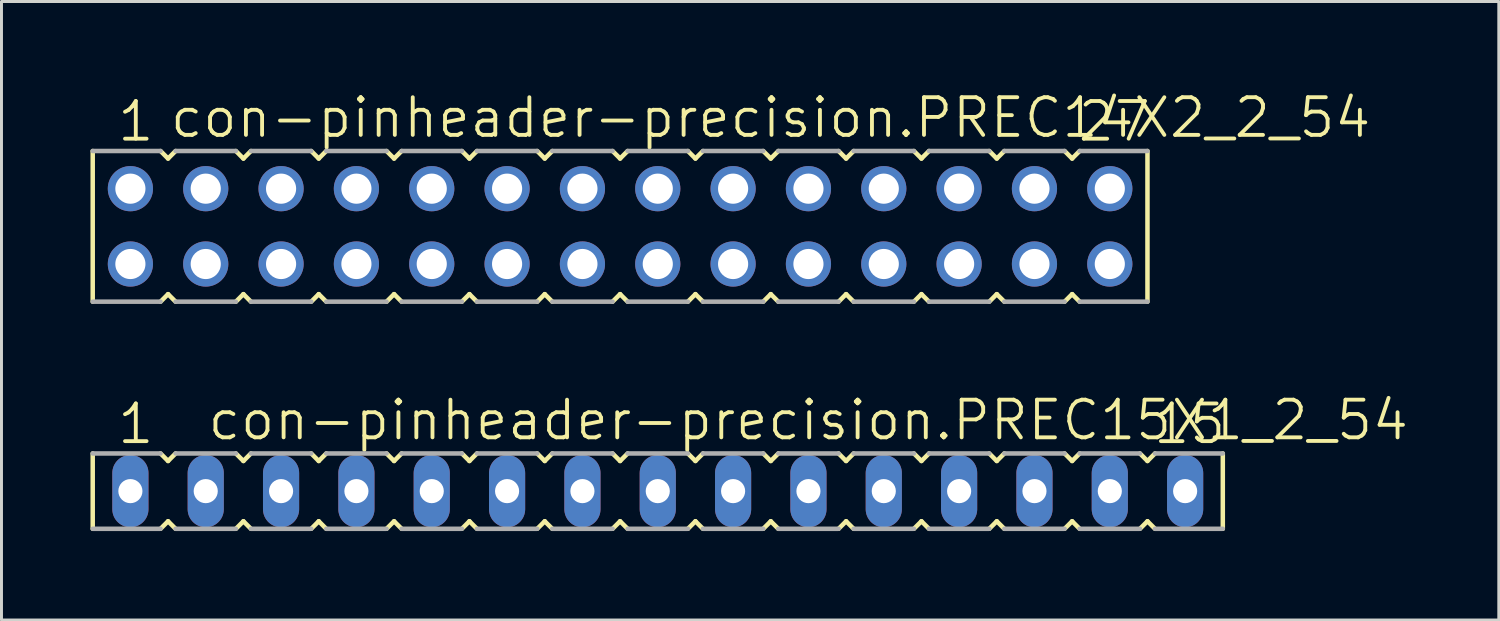
<source format=kicad_pcb>
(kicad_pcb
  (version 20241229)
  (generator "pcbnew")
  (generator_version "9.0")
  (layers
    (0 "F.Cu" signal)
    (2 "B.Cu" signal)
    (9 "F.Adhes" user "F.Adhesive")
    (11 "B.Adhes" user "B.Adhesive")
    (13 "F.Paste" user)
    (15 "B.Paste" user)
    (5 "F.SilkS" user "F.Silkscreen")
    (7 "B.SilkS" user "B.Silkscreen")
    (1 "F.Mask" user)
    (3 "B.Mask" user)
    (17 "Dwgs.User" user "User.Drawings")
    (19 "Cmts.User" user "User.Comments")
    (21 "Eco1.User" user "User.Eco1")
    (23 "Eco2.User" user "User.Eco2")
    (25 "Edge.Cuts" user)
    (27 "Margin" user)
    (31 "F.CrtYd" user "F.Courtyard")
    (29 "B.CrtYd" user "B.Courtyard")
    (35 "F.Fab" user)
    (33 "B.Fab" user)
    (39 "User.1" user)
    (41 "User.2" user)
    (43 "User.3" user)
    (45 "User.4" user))
  (footprint "con-pinheader-precision.PREC15X1_2_54"
    (layer "F.Cu")
    (at 19.126 13.508)
    (property "Reference" "con-pinheader-precision.PREC15X1_2_54" (at -15.24 -1.651 0) (layer "F.SilkS") (effects (font (size 1.27 1.27) (thickness 0.13)) (justify left bottom)))
    (attr through_hole)
    (fp_line (start -19.05 -1.27) (end -19.05 1.27) (stroke (width 0.152) (type default)) (layer "F.SilkS"))
    (fp_line (start -16.764 1.27) (end -16.51 1.016) (stroke (width 0.152) (type default)) (layer "F.SilkS"))
    (fp_line (start -16.51 -1.016) (end -16.764 -1.27) (stroke (width 0.152) (type default)) (layer "F.SilkS"))
    (fp_line (start -16.51 1.016) (end -16.256 1.27) (stroke (width 0.152) (type default)) (layer "F.SilkS"))
    (fp_line (start -16.256 -1.27) (end -16.51 -1.016) (stroke (width 0.152) (type default)) (layer "F.SilkS"))
    (fp_line (start -14.224 1.27) (end -13.97 1.016) (stroke (width 0.152) (type default)) (layer "F.SilkS"))
    (fp_line (start -13.97 -1.016) (end -14.224 -1.27) (stroke (width 0.152) (type default)) (layer "F.SilkS"))
    (fp_line (start -13.97 1.016) (end -13.716 1.27) (stroke (width 0.152) (type default)) (layer "F.SilkS"))
    (fp_line (start -13.716 -1.27) (end -13.97 -1.016) (stroke (width 0.152) (type default)) (layer "F.SilkS"))
    (fp_line (start -11.684 1.27) (end -11.43 1.016) (stroke (width 0.152) (type default)) (layer "F.SilkS"))
    (fp_line (start -11.43 -1.016) (end -11.684 -1.27) (stroke (width 0.152) (type default)) (layer "F.SilkS"))
    (fp_line (start -11.43 1.016) (end -11.176 1.27) (stroke (width 0.152) (type default)) (layer "F.SilkS"))
    (fp_line (start -11.176 -1.27) (end -11.43 -1.016) (stroke (width 0.152) (type default)) (layer "F.SilkS"))
    (fp_line (start -9.144 1.27) (end -8.89 1.016) (stroke (width 0.152) (type default)) (layer "F.SilkS"))
    (fp_line (start -8.89 -1.016) (end -9.144 -1.27) (stroke (width 0.152) (type default)) (layer "F.SilkS"))
    (fp_line (start -8.89 1.016) (end -8.636 1.27) (stroke (width 0.152) (type default)) (layer "F.SilkS"))
    (fp_line (start -8.636 -1.27) (end -8.89 -1.016) (stroke (width 0.152) (type default)) (layer "F.SilkS"))
    (fp_line (start -6.604 1.27) (end -6.35 1.016) (stroke (width 0.152) (type default)) (layer "F.SilkS"))
    (fp_line (start -6.35 -1.016) (end -6.604 -1.27) (stroke (width 0.152) (type default)) (layer "F.SilkS"))
    (fp_line (start -6.35 1.016) (end -6.096 1.27) (stroke (width 0.152) (type default)) (layer "F.SilkS"))
    (fp_line (start -6.096 -1.27) (end -6.35 -1.016) (stroke (width 0.152) (type default)) (layer "F.SilkS"))
    (fp_line (start -4.064 1.27) (end -3.81 1.016) (stroke (width 0.152) (type default)) (layer "F.SilkS"))
    (fp_line (start -3.81 -1.016) (end -4.064 -1.27) (stroke (width 0.152) (type default)) (layer "F.SilkS"))
    (fp_line (start -3.81 1.016) (end -3.556 1.27) (stroke (width 0.152) (type default)) (layer "F.SilkS"))
    (fp_line (start -3.556 -1.27) (end -3.81 -1.016) (stroke (width 0.152) (type default)) (layer "F.SilkS"))
    (fp_line (start -1.524 1.27) (end -1.27 1.016) (stroke (width 0.152) (type default)) (layer "F.SilkS"))
    (fp_line (start -1.27 -1.016) (end -1.524 -1.27) (stroke (width 0.152) (type default)) (layer "F.SilkS"))
    (fp_line (start -1.27 1.016) (end -1.016 1.27) (stroke (width 0.152) (type default)) (layer "F.SilkS"))
    (fp_line (start -1.016 -1.27) (end -1.27 -1.016) (stroke (width 0.152) (type default)) (layer "F.SilkS"))
    (fp_line (start 1.016 1.27) (end 1.27 1.016) (stroke (width 0.152) (type default)) (layer "F.SilkS"))
    (fp_line (start 1.27 -1.016) (end 1.016 -1.27) (stroke (width 0.152) (type default)) (layer "F.SilkS"))
    (fp_line (start 1.27 1.016) (end 1.524 1.27) (stroke (width 0.152) (type default)) (layer "F.SilkS"))
    (fp_line (start 1.524 -1.27) (end 1.27 -1.016) (stroke (width 0.152) (type default)) (layer "F.SilkS"))
    (fp_line (start 3.556 1.27) (end 3.81 1.016) (stroke (width 0.152) (type default)) (layer "F.SilkS"))
    (fp_line (start 3.81 -1.016) (end 3.556 -1.27) (stroke (width 0.152) (type default)) (layer "F.SilkS"))
    (fp_line (start 3.81 1.016) (end 4.064 1.27) (stroke (width 0.152) (type default)) (layer "F.SilkS"))
    (fp_line (start 4.064 -1.27) (end 3.81 -1.016) (stroke (width 0.152) (type default)) (layer "F.SilkS"))
    (fp_line (start 6.096 1.27) (end 6.35 1.016) (stroke (width 0.152) (type default)) (layer "F.SilkS"))
    (fp_line (start 6.35 -1.016) (end 6.096 -1.27) (stroke (width 0.152) (type default)) (layer "F.SilkS"))
    (fp_line (start 6.35 1.016) (end 6.604 1.27) (stroke (width 0.152) (type default)) (layer "F.SilkS"))
    (fp_line (start 6.604 -1.27) (end 6.35 -1.016) (stroke (width 0.152) (type default)) (layer "F.SilkS"))
    (fp_line (start 8.636 1.27) (end 8.89 1.016) (stroke (width 0.152) (type default)) (layer "F.SilkS"))
    (fp_line (start 8.89 -1.016) (end 8.636 -1.27) (stroke (width 0.152) (type default)) (layer "F.SilkS"))
    (fp_line (start 8.89 1.016) (end 9.144 1.27) (stroke (width 0.152) (type default)) (layer "F.SilkS"))
    (fp_line (start 9.144 -1.27) (end 8.89 -1.016) (stroke (width 0.152) (type default)) (layer "F.SilkS"))
    (fp_line (start 11.176 1.27) (end 11.43 1.016) (stroke (width 0.152) (type default)) (layer "F.SilkS"))
    (fp_line (start 11.43 -1.016) (end 11.176 -1.27) (stroke (width 0.152) (type default)) (layer "F.SilkS"))
    (fp_line (start 11.43 1.016) (end 11.684 1.27) (stroke (width 0.152) (type default)) (layer "F.SilkS"))
    (fp_line (start 11.684 -1.27) (end 11.43 -1.016) (stroke (width 0.152) (type default)) (layer "F.SilkS"))
    (fp_line (start 13.716 1.27) (end 13.97 1.016) (stroke (width 0.152) (type default)) (layer "F.SilkS"))
    (fp_line (start 13.97 -1.016) (end 13.716 -1.27) (stroke (width 0.152) (type default)) (layer "F.SilkS"))
    (fp_line (start 13.97 1.016) (end 14.224 1.27) (stroke (width 0.152) (type default)) (layer "F.SilkS"))
    (fp_line (start 14.224 -1.27) (end 13.97 -1.016) (stroke (width 0.152) (type default)) (layer "F.SilkS"))
    (fp_line (start 16.256 1.27) (end 16.51 1.016) (stroke (width 0.152) (type default)) (layer "F.SilkS"))
    (fp_line (start 16.51 -1.016) (end 16.256 -1.27) (stroke (width 0.152) (type default)) (layer "F.SilkS"))
    (fp_line (start 16.51 1.016) (end 16.764 1.27) (stroke (width 0.152) (type default)) (layer "F.SilkS"))
    (fp_line (start 16.764 -1.27) (end 16.51 -1.016) (stroke (width 0.152) (type default)) (layer "F.SilkS"))
    (fp_line (start 19.05 1.27) (end 19.05 -1.27) (stroke (width 0.152) (type default)) (layer "F.SilkS"))
    (fp_line (start -19.05 1.27) (end -16.764 1.27) (stroke (width 0.152) (type default)) (layer "F.Fab"))
    (fp_line (start -16.764 -1.27) (end -19.05 -1.27) (stroke (width 0.152) (type default)) (layer "F.Fab"))
    (fp_line (start -16.256 1.27) (end -14.224 1.27) (stroke (width 0.152) (type default)) (layer "F.Fab"))
    (fp_line (start -14.224 -1.27) (end -16.256 -1.27) (stroke (width 0.152) (type default)) (layer "F.Fab"))
    (fp_line (start -13.716 1.27) (end -11.684 1.27) (stroke (width 0.152) (type default)) (layer "F.Fab"))
    (fp_line (start -11.684 -1.27) (end -13.716 -1.27) (stroke (width 0.152) (type default)) (layer "F.Fab"))
    (fp_line (start -11.176 1.27) (end -9.144 1.27) (stroke (width 0.152) (type default)) (layer "F.Fab"))
    (fp_line (start -9.144 -1.27) (end -11.176 -1.27) (stroke (width 0.152) (type default)) (layer "F.Fab"))
    (fp_line (start -8.636 1.27) (end -6.604 1.27) (stroke (width 0.152) (type default)) (layer "F.Fab"))
    (fp_line (start -6.604 -1.27) (end -8.636 -1.27) (stroke (width 0.152) (type default)) (layer "F.Fab"))
    (fp_line (start -6.096 1.27) (end -4.064 1.27) (stroke (width 0.152) (type default)) (layer "F.Fab"))
    (fp_line (start -4.064 -1.27) (end -6.096 -1.27) (stroke (width 0.152) (type default)) (layer "F.Fab"))
    (fp_line (start -3.556 1.27) (end -1.524 1.27) (stroke (width 0.152) (type default)) (layer "F.Fab"))
    (fp_line (start -1.524 -1.27) (end -3.556 -1.27) (stroke (width 0.152) (type default)) (layer "F.Fab"))
    (fp_line (start -1.016 1.27) (end 1.016 1.27) (stroke (width 0.152) (type default)) (layer "F.Fab"))
    (fp_line (start 1.016 -1.27) (end -1.016 -1.27) (stroke (width 0.152) (type default)) (layer "F.Fab"))
    (fp_line (start 1.524 1.27) (end 3.556 1.27) (stroke (width 0.152) (type default)) (layer "F.Fab"))
    (fp_line (start 3.556 -1.27) (end 1.524 -1.27) (stroke (width 0.152) (type default)) (layer "F.Fab"))
    (fp_line (start 4.064 1.27) (end 6.096 1.27) (stroke (width 0.152) (type default)) (layer "F.Fab"))
    (fp_line (start 6.096 -1.27) (end 4.064 -1.27) (stroke (width 0.152) (type default)) (layer "F.Fab"))
    (fp_line (start 6.604 1.27) (end 8.636 1.27) (stroke (width 0.152) (type default)) (layer "F.Fab"))
    (fp_line (start 8.636 -1.27) (end 6.604 -1.27) (stroke (width 0.152) (type default)) (layer "F.Fab"))
    (fp_line (start 9.144 1.27) (end 11.176 1.27) (stroke (width 0.152) (type default)) (layer "F.Fab"))
    (fp_line (start 11.176 -1.27) (end 9.144 -1.27) (stroke (width 0.152) (type default)) (layer "F.Fab"))
    (fp_line (start 11.684 1.27) (end 13.716 1.27) (stroke (width 0.152) (type default)) (layer "F.Fab"))
    (fp_line (start 13.716 -1.27) (end 11.684 -1.27) (stroke (width 0.152) (type default)) (layer "F.Fab"))
    (fp_line (start 14.224 1.27) (end 16.256 1.27) (stroke (width 0.152) (type default)) (layer "F.Fab"))
    (fp_line (start 16.256 -1.27) (end 14.224 -1.27) (stroke (width 0.152) (type default)) (layer "F.Fab"))
    (fp_line (start 16.764 1.27) (end 19.05 1.27) (stroke (width 0.152) (type default)) (layer "F.Fab"))
    (fp_line (start 19.05 -1.27) (end 16.764 -1.27) (stroke (width 0.152) (type default)) (layer "F.Fab"))
    (fp_text user "1" (at -18.288 -1.524 0) (layer "F.SilkS") (effects (font (size 1.27 1.27) (thickness 0.13)) (justify left bottom)))
    (fp_text user "15" (at 16.637 -1.524 0) (layer "F.SilkS") (effects (font (size 1.27 1.27) (thickness 0.13)) (justify left bottom)))
    (pad "1" thru_hole oval (at -17.78 0 90) (size 2.438 1.219) (drill 0.813) (layers "*.Cu" "*.Mask"))
    (pad "2" thru_hole oval (at -15.24 0 90) (size 2.438 1.219) (drill 0.813) (layers "*.Cu" "*.Mask"))
    (pad "3" thru_hole oval (at -12.7 0 90) (size 2.438 1.219) (drill 0.813) (layers "*.Cu" "*.Mask"))
    (pad "4" thru_hole oval (at -10.16 0 90) (size 2.438 1.219) (drill 0.813) (layers "*.Cu" "*.Mask"))
    (pad "5" thru_hole oval (at -7.62 0 90) (size 2.438 1.219) (drill 0.813) (layers "*.Cu" "*.Mask"))
    (pad "6" thru_hole oval (at -5.08 0 90) (size 2.438 1.219) (drill 0.813) (layers "*.Cu" "*.Mask"))
    (pad "7" thru_hole oval (at -2.54 0 90) (size 2.438 1.219) (drill 0.813) (layers "*.Cu" "*.Mask"))
    (pad "8" thru_hole oval (at 0 0 90) (size 2.438 1.219) (drill 0.813) (layers "*.Cu" "*.Mask"))
    (pad "9" thru_hole oval (at 2.54 0 90) (size 2.438 1.219) (drill 0.813) (layers "*.Cu" "*.Mask"))
    (pad "10" thru_hole oval (at 5.08 0 90) (size 2.438 1.219) (drill 0.813) (layers "*.Cu" "*.Mask"))
    (pad "11" thru_hole oval (at 7.62 0 90) (size 2.438 1.219) (drill 0.813) (layers "*.Cu" "*.Mask"))
    (pad "12" thru_hole oval (at 10.16 0 90) (size 2.438 1.219) (drill 0.813) (layers "*.Cu" "*.Mask"))
    (pad "13" thru_hole oval (at 12.7 0 90) (size 2.438 1.219) (drill 0.813) (layers "*.Cu" "*.Mask"))
    (pad "14" thru_hole oval (at 15.24 0 90) (size 2.438 1.219) (drill 0.813) (layers "*.Cu" "*.Mask"))
    (pad "15" thru_hole oval (at 17.78 0 90) (size 2.438 1.219) (drill 0.813) (layers "*.Cu" "*.Mask")))
  (footprint "con-pinheader-precision.PREC14X2_2_54"
    (layer "F.Cu")
    (at 17.856 4.581)
    (property "Reference" "con-pinheader-precision.PREC14X2_2_54" (at -15.24 -2.921 0) (layer "F.SilkS") (effects (font (size 1.27 1.27) (thickness 0.13)) (justify left bottom)))
    (attr through_hole)
    (fp_line (start -17.78 -2.54) (end -17.78 2.54) (stroke (width 0.152) (type default)) (layer "F.SilkS"))
    (fp_line (start -15.494 2.54) (end -15.24 2.286) (stroke (width 0.152) (type default)) (layer "F.SilkS"))
    (fp_line (start -15.24 -2.286) (end -15.494 -2.54) (stroke (width 0.152) (type default)) (layer "F.SilkS"))
    (fp_line (start -15.24 2.286) (end -14.986 2.54) (stroke (width 0.152) (type default)) (layer "F.SilkS"))
    (fp_line (start -14.986 -2.54) (end -15.24 -2.286) (stroke (width 0.152) (type default)) (layer "F.SilkS"))
    (fp_line (start -12.954 2.54) (end -12.7 2.286) (stroke (width 0.152) (type default)) (layer "F.SilkS"))
    (fp_line (start -12.7 -2.286) (end -12.954 -2.54) (stroke (width 0.152) (type default)) (layer "F.SilkS"))
    (fp_line (start -12.7 2.286) (end -12.446 2.54) (stroke (width 0.152) (type default)) (layer "F.SilkS"))
    (fp_line (start -12.446 -2.54) (end -12.7 -2.286) (stroke (width 0.152) (type default)) (layer "F.SilkS"))
    (fp_line (start -10.414 2.54) (end -10.16 2.286) (stroke (width 0.152) (type default)) (layer "F.SilkS"))
    (fp_line (start -10.16 -2.286) (end -10.414 -2.54) (stroke (width 0.152) (type default)) (layer "F.SilkS"))
    (fp_line (start -10.16 2.286) (end -9.906 2.54) (stroke (width 0.152) (type default)) (layer "F.SilkS"))
    (fp_line (start -9.906 -2.54) (end -10.16 -2.286) (stroke (width 0.152) (type default)) (layer "F.SilkS"))
    (fp_line (start -7.874 2.54) (end -7.62 2.286) (stroke (width 0.152) (type default)) (layer "F.SilkS"))
    (fp_line (start -7.62 -2.286) (end -7.874 -2.54) (stroke (width 0.152) (type default)) (layer "F.SilkS"))
    (fp_line (start -7.62 2.286) (end -7.366 2.54) (stroke (width 0.152) (type default)) (layer "F.SilkS"))
    (fp_line (start -7.366 -2.54) (end -7.62 -2.286) (stroke (width 0.152) (type default)) (layer "F.SilkS"))
    (fp_line (start -5.334 2.54) (end -5.08 2.286) (stroke (width 0.152) (type default)) (layer "F.SilkS"))
    (fp_line (start -5.08 -2.286) (end -5.334 -2.54) (stroke (width 0.152) (type default)) (layer "F.SilkS"))
    (fp_line (start -5.08 2.286) (end -4.826 2.54) (stroke (width 0.152) (type default)) (layer "F.SilkS"))
    (fp_line (start -4.826 -2.54) (end -5.08 -2.286) (stroke (width 0.152) (type default)) (layer "F.SilkS"))
    (fp_line (start -2.794 2.54) (end -2.54 2.286) (stroke (width 0.152) (type default)) (layer "F.SilkS"))
    (fp_line (start -2.54 -2.286) (end -2.794 -2.54) (stroke (width 0.152) (type default)) (layer "F.SilkS"))
    (fp_line (start -2.54 2.286) (end -2.286 2.54) (stroke (width 0.152) (type default)) (layer "F.SilkS"))
    (fp_line (start -2.286 -2.54) (end -2.54 -2.286) (stroke (width 0.152) (type default)) (layer "F.SilkS"))
    (fp_line (start -0.254 2.54) (end 0 2.286) (stroke (width 0.152) (type default)) (layer "F.SilkS"))
    (fp_line (start 0 -2.286) (end -0.254 -2.54) (stroke (width 0.152) (type default)) (layer "F.SilkS"))
    (fp_line (start 0 2.286) (end 0.254 2.54) (stroke (width 0.152) (type default)) (layer "F.SilkS"))
    (fp_line (start 0.254 -2.54) (end 0 -2.286) (stroke (width 0.152) (type default)) (layer "F.SilkS"))
    (fp_line (start 2.286 2.54) (end 2.54 2.286) (stroke (width 0.152) (type default)) (layer "F.SilkS"))
    (fp_line (start 2.54 -2.286) (end 2.286 -2.54) (stroke (width 0.152) (type default)) (layer "F.SilkS"))
    (fp_line (start 2.54 2.286) (end 2.794 2.54) (stroke (width 0.152) (type default)) (layer "F.SilkS"))
    (fp_line (start 2.794 -2.54) (end 2.54 -2.286) (stroke (width 0.152) (type default)) (layer "F.SilkS"))
    (fp_line (start 4.826 2.54) (end 5.08 2.286) (stroke (width 0.152) (type default)) (layer "F.SilkS"))
    (fp_line (start 5.08 -2.286) (end 4.826 -2.54) (stroke (width 0.152) (type default)) (layer "F.SilkS"))
    (fp_line (start 5.08 2.286) (end 5.334 2.54) (stroke (width 0.152) (type default)) (layer "F.SilkS"))
    (fp_line (start 5.334 -2.54) (end 5.08 -2.286) (stroke (width 0.152) (type default)) (layer "F.SilkS"))
    (fp_line (start 7.366 2.54) (end 7.62 2.286) (stroke (width 0.152) (type default)) (layer "F.SilkS"))
    (fp_line (start 7.62 -2.286) (end 7.366 -2.54) (stroke (width 0.152) (type default)) (layer "F.SilkS"))
    (fp_line (start 7.62 2.286) (end 7.874 2.54) (stroke (width 0.152) (type default)) (layer "F.SilkS"))
    (fp_line (start 7.874 -2.54) (end 7.62 -2.286) (stroke (width 0.152) (type default)) (layer "F.SilkS"))
    (fp_line (start 9.906 2.54) (end 10.16 2.286) (stroke (width 0.152) (type default)) (layer "F.SilkS"))
    (fp_line (start 10.16 -2.286) (end 9.906 -2.54) (stroke (width 0.152) (type default)) (layer "F.SilkS"))
    (fp_line (start 10.16 2.286) (end 10.414 2.54) (stroke (width 0.152) (type default)) (layer "F.SilkS"))
    (fp_line (start 10.414 -2.54) (end 10.16 -2.286) (stroke (width 0.152) (type default)) (layer "F.SilkS"))
    (fp_line (start 12.446 2.54) (end 12.7 2.286) (stroke (width 0.152) (type default)) (layer "F.SilkS"))
    (fp_line (start 12.7 -2.286) (end 12.446 -2.54) (stroke (width 0.152) (type default)) (layer "F.SilkS"))
    (fp_line (start 12.7 2.286) (end 12.954 2.54) (stroke (width 0.152) (type default)) (layer "F.SilkS"))
    (fp_line (start 12.954 -2.54) (end 12.7 -2.286) (stroke (width 0.152) (type default)) (layer "F.SilkS"))
    (fp_line (start 14.986 2.54) (end 15.24 2.286) (stroke (width 0.152) (type default)) (layer "F.SilkS"))
    (fp_line (start 15.24 -2.286) (end 14.986 -2.54) (stroke (width 0.152) (type default)) (layer "F.SilkS"))
    (fp_line (start 15.24 2.286) (end 15.494 2.54) (stroke (width 0.152) (type default)) (layer "F.SilkS"))
    (fp_line (start 15.494 -2.54) (end 15.24 -2.286) (stroke (width 0.152) (type default)) (layer "F.SilkS"))
    (fp_line (start 17.78 -2.54) (end 17.78 2.54) (stroke (width 0.152) (type default)) (layer "F.SilkS"))
    (fp_line (start -17.78 2.54) (end -15.494 2.54) (stroke (width 0.152) (type default)) (layer "F.Fab"))
    (fp_line (start -15.494 -2.54) (end -17.78 -2.54) (stroke (width 0.152) (type default)) (layer "F.Fab"))
    (fp_line (start -14.986 2.54) (end -12.954 2.54) (stroke (width 0.152) (type default)) (layer "F.Fab"))
    (fp_line (start -12.954 -2.54) (end -14.986 -2.54) (stroke (width 0.152) (type default)) (layer "F.Fab"))
    (fp_line (start -12.446 2.54) (end -10.414 2.54) (stroke (width 0.152) (type default)) (layer "F.Fab"))
    (fp_line (start -10.414 -2.54) (end -12.446 -2.54) (stroke (width 0.152) (type default)) (layer "F.Fab"))
    (fp_line (start -9.906 2.54) (end -7.874 2.54) (stroke (width 0.152) (type default)) (layer "F.Fab"))
    (fp_line (start -7.874 -2.54) (end -9.906 -2.54) (stroke (width 0.152) (type default)) (layer "F.Fab"))
    (fp_line (start -7.366 2.54) (end -5.334 2.54) (stroke (width 0.152) (type default)) (layer "F.Fab"))
    (fp_line (start -5.334 -2.54) (end -7.366 -2.54) (stroke (width 0.152) (type default)) (layer "F.Fab"))
    (fp_line (start -4.826 2.54) (end -2.794 2.54) (stroke (width 0.152) (type default)) (layer "F.Fab"))
    (fp_line (start -2.794 -2.54) (end -4.826 -2.54) (stroke (width 0.152) (type default)) (layer "F.Fab"))
    (fp_line (start -2.286 2.54) (end -0.254 2.54) (stroke (width 0.152) (type default)) (layer "F.Fab"))
    (fp_line (start -0.254 -2.54) (end -2.286 -2.54) (stroke (width 0.152) (type default)) (layer "F.Fab"))
    (fp_line (start 0.254 2.54) (end 2.286 2.54) (stroke (width 0.152) (type default)) (layer "F.Fab"))
    (fp_line (start 2.286 -2.54) (end 0.254 -2.54) (stroke (width 0.152) (type default)) (layer "F.Fab"))
    (fp_line (start 2.794 2.54) (end 4.826 2.54) (stroke (width 0.152) (type default)) (layer "F.Fab"))
    (fp_line (start 4.826 -2.54) (end 2.794 -2.54) (stroke (width 0.152) (type default)) (layer "F.Fab"))
    (fp_line (start 5.334 2.54) (end 7.366 2.54) (stroke (width 0.152) (type default)) (layer "F.Fab"))
    (fp_line (start 7.366 -2.54) (end 5.334 -2.54) (stroke (width 0.152) (type default)) (layer "F.Fab"))
    (fp_line (start 7.874 2.54) (end 9.906 2.54) (stroke (width 0.152) (type default)) (layer "F.Fab"))
    (fp_line (start 9.906 -2.54) (end 7.874 -2.54) (stroke (width 0.152) (type default)) (layer "F.Fab"))
    (fp_line (start 10.414 2.54) (end 12.446 2.54) (stroke (width 0.152) (type default)) (layer "F.Fab"))
    (fp_line (start 12.446 -2.54) (end 10.414 -2.54) (stroke (width 0.152) (type default)) (layer "F.Fab"))
    (fp_line (start 12.954 2.54) (end 14.986 2.54) (stroke (width 0.152) (type default)) (layer "F.Fab"))
    (fp_line (start 14.986 -2.54) (end 12.954 -2.54) (stroke (width 0.152) (type default)) (layer "F.Fab"))
    (fp_line (start 15.494 2.54) (end 17.78 2.54) (stroke (width 0.152) (type default)) (layer "F.Fab"))
    (fp_line (start 17.78 -2.54) (end 15.494 -2.54) (stroke (width 0.152) (type default)) (layer "F.Fab"))
    (fp_text user "27" (at 15.367 -2.794 0) (layer "F.SilkS") (effects (font (size 1.27 1.27) (thickness 0.13)) (justify left bottom)))
    (fp_text user "1" (at -17.018 -2.794 0) (layer "F.SilkS") (effects (font (size 1.27 1.27) (thickness 0.13)) (justify left bottom)))
    (pad "1" thru_hole circle (at -16.51 -1.27 180) (size 1.524 1.524) (drill 1.016) (layers "*.Cu" "*.Mask"))
    (pad "2" thru_hole circle (at -16.51 1.27 180) (size 1.524 1.524) (drill 1.016) (layers "*.Cu" "*.Mask"))
    (pad "3" thru_hole circle (at -13.97 -1.27 180) (size 1.524 1.524) (drill 1.016) (layers "*.Cu" "*.Mask"))
    (pad "4" thru_hole circle (at -13.97 1.27 180) (size 1.524 1.524) (drill 1.016) (layers "*.Cu" "*.Mask"))
    (pad "5" thru_hole circle (at -11.43 -1.27 180) (size 1.524 1.524) (drill 1.016) (layers "*.Cu" "*.Mask"))
    (pad "6" thru_hole circle (at -11.43 1.27 180) (size 1.524 1.524) (drill 1.016) (layers "*.Cu" "*.Mask"))
    (pad "7" thru_hole circle (at -8.89 -1.27 180) (size 1.524 1.524) (drill 1.016) (layers "*.Cu" "*.Mask"))
    (pad "8" thru_hole circle (at -8.89 1.27 180) (size 1.524 1.524) (drill 1.016) (layers "*.Cu" "*.Mask"))
    (pad "9" thru_hole circle (at -6.35 -1.27 180) (size 1.524 1.524) (drill 1.016) (layers "*.Cu" "*.Mask"))
    (pad "10" thru_hole circle (at -6.35 1.27 180) (size 1.524 1.524) (drill 1.016) (layers "*.Cu" "*.Mask"))
    (pad "11" thru_hole circle (at -3.81 -1.27 180) (size 1.524 1.524) (drill 1.016) (layers "*.Cu" "*.Mask"))
    (pad "12" thru_hole circle (at -3.81 1.27 180) (size 1.524 1.524) (drill 1.016) (layers "*.Cu" "*.Mask"))
    (pad "13" thru_hole circle (at -1.27 -1.27 180) (size 1.524 1.524) (drill 1.016) (layers "*.Cu" "*.Mask"))
    (pad "14" thru_hole circle (at -1.27 1.27 180) (size 1.524 1.524) (drill 1.016) (layers "*.Cu" "*.Mask"))
    (pad "15" thru_hole circle (at 1.27 -1.27 180) (size 1.524 1.524) (drill 1.016) (layers "*.Cu" "*.Mask"))
    (pad "16" thru_hole circle (at 1.27 1.27 180) (size 1.524 1.524) (drill 1.016) (layers "*.Cu" "*.Mask"))
    (pad "17" thru_hole circle (at 3.81 -1.27 180) (size 1.524 1.524) (drill 1.016) (layers "*.Cu" "*.Mask"))
    (pad "18" thru_hole circle (at 3.81 1.27 180) (size 1.524 1.524) (drill 1.016) (layers "*.Cu" "*.Mask"))
    (pad "19" thru_hole circle (at 6.35 -1.27 180) (size 1.524 1.524) (drill 1.016) (layers "*.Cu" "*.Mask"))
    (pad "20" thru_hole circle (at 6.35 1.27 180) (size 1.524 1.524) (drill 1.016) (layers "*.Cu" "*.Mask"))
    (pad "21" thru_hole circle (at 8.89 -1.27 180) (size 1.524 1.524) (drill 1.016) (layers "*.Cu" "*.Mask"))
    (pad "22" thru_hole circle (at 8.89 1.27 180) (size 1.524 1.524) (drill 1.016) (layers "*.Cu" "*.Mask"))
    (pad "23" thru_hole circle (at 11.43 -1.27 180) (size 1.524 1.524) (drill 1.016) (layers "*.Cu" "*.Mask"))
    (pad "24" thru_hole circle (at 11.43 1.27 180) (size 1.524 1.524) (drill 1.016) (layers "*.Cu" "*.Mask"))
    (pad "25" thru_hole circle (at 13.97 -1.27 180) (size 1.524 1.524) (drill 1.016) (layers "*.Cu" "*.Mask"))
    (pad "26" thru_hole circle (at 13.97 1.27 180) (size 1.524 1.524) (drill 1.016) (layers "*.Cu" "*.Mask"))
    (pad "27" thru_hole circle (at 16.51 -1.27 180) (size 1.524 1.524) (drill 1.016) (layers "*.Cu" "*.Mask"))
    (pad "28" thru_hole circle (at 16.51 1.27 180) (size 1.524 1.524) (drill 1.016) (layers "*.Cu" "*.Mask")))
  (gr_rect
    (start -3 -3)
    (end 47.481 17.854)
    (stroke (width 0.1) (type default))
    (fill no)
    (layer "Edge.Cuts")))
</source>
